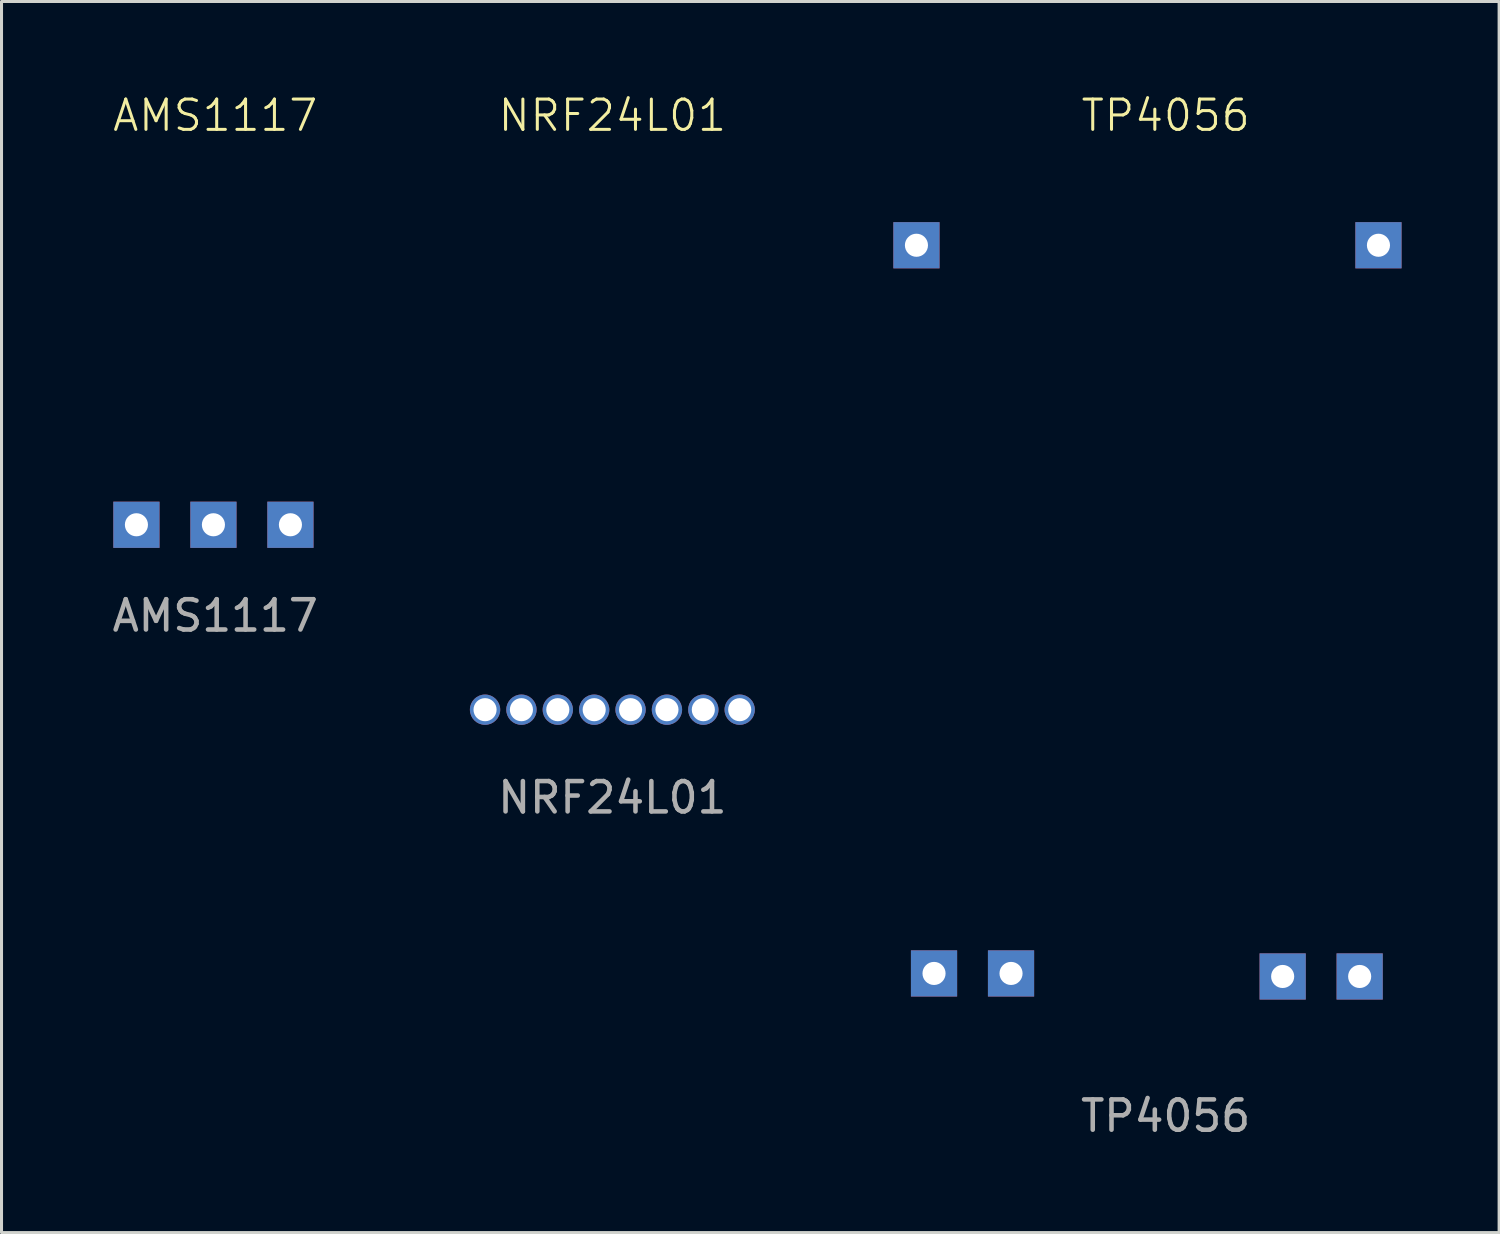
<source format=kicad_pcb>
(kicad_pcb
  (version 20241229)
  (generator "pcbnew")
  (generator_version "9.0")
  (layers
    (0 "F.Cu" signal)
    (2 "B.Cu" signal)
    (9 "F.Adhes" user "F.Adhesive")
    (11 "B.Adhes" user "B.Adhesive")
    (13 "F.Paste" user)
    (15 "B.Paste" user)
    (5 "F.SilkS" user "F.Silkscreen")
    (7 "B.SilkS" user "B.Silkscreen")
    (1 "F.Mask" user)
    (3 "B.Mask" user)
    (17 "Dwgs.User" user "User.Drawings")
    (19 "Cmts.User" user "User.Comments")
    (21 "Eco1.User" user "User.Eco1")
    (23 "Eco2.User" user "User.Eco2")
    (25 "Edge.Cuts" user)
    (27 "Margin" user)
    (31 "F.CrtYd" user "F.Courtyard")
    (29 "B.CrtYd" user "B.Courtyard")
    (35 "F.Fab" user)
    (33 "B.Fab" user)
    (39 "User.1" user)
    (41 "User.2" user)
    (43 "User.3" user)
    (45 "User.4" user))
  (footprint "AMS1117"
    (layer "F.Cu")
    (at 4.05 1.26)
    (property "Reference" "AMS1117" (at 0 -0.5 0) (unlocked yes) (layer "F.SilkS") (effects (font (size 1 1) (thickness 0.1))))
    (attr through_hole)
    (fp_rect (start -4 2) (end 4 14) (stroke (width 0.1) (type default)) (fill no) (layer "Margin"))
    (fp_text user "${REFERENCE}" (at 0 16 0) (unlocked yes) (layer "F.Fab") (effects (font (size 1 1) (thickness 0.15))))
    (pad "1" thru_hole rect (at -2.6 13) (size 1.524 1.524) (drill 0.762) (layers "*.Cu" "*.Mask"))
    (pad "2" thru_hole rect (at -0.06 13) (size 1.524 1.524) (drill 0.762) (layers "*.Cu" "*.Mask"))
    (pad "3" thru_hole rect (at 2.48 13) (size 1.524 1.524) (drill 0.762) (layers "*.Cu" "*.Mask")))
  (footprint "NRF24L01"
    (layer "F.Cu")
    (at 17.15 1.26)
    (property "Reference" "NRF24L01" (at 0 -0.5 0) (unlocked yes) (layer "F.SilkS") (effects (font (size 1 1) (thickness 0.1))))
    (attr through_hole)
    (fp_rect (start -6 2) (end 6 20) (stroke (width 0.1) (type default)) (fill no) (layer "Margin"))
    (fp_text user "${REFERENCE}" (at 0 22 0) (unlocked yes) (layer "F.Fab") (effects (font (size 1 1) (thickness 0.15))))
    (pad "1" thru_hole circle (at -4.2 19.1) (size 1 1) (drill 0.762) (layers "*.Cu" "*.Mask"))
    (pad "2" thru_hole circle (at -3 19.1) (size 1 1) (drill 0.762) (layers "*.Cu" "*.Mask"))
    (pad "3" thru_hole circle (at -1.8 19.1) (size 1 1) (drill 0.762) (layers "*.Cu" "*.Mask"))
    (pad "4" thru_hole circle (at -0.6 19.1) (size 1 1) (drill 0.762) (layers "*.Cu" "*.Mask"))
    (pad "5" thru_hole circle (at 0.6 19.1) (size 1 1) (drill 0.762) (layers "*.Cu" "*.Mask"))
    (pad "6" thru_hole circle (at 1.8 19.1) (size 1 1) (drill 0.762) (layers "*.Cu" "*.Mask"))
    (pad "7" thru_hole circle (at 3 19.1) (size 1 1) (drill 0.762) (layers "*.Cu" "*.Mask"))
    (pad "8" thru_hole circle (at 4.2 19.1) (size 1 1) (drill 0.762) (layers "*.Cu" "*.Mask")))
  (footprint "TP4056"
    (layer "F.Cu")
    (at 35.4 1.26)
    (property "Reference" "TP4056" (at 0 -0.5 0) (unlocked yes) (layer "F.SilkS") (effects (font (size 1 1) (thickness 0.1))))
    (attr through_hole)
    (fp_rect (start -9.1 2.9) (end 7.9 30.6) (stroke (width 0.2) (type default)) (fill no) (layer "Margin"))
    (fp_text user "${REFERENCE}" (at 0 32.5 0) (unlocked yes) (layer "F.Fab") (effects (font (size 1 1) (thickness 0.15))))
    (pad "1" thru_hole rect (at -8.22 3.78) (size 1.524 1.524) (drill 0.762) (layers "*.Cu" "*.Mask"))
    (pad "1" thru_hole rect (at -7.64 27.8) (size 1.524 1.524) (drill 0.762) (layers "*.Cu" "*.Mask"))
    (pad "1" thru_hole rect (at 3.86 27.9) (size 1.524 1.524) (drill 0.762) (layers "*.Cu" "*.Mask"))
    (pad "1" thru_hole rect (at 7.02 3.78) (size 1.524 1.524) (drill 0.762) (layers "*.Cu" "*.Mask"))
    (pad "2" thru_hole rect (at -5.1 27.8) (size 1.524 1.524) (drill 0.762) (layers "*.Cu" "*.Mask"))
    (pad "2" thru_hole rect (at 6.4 27.9) (size 1.524 1.524) (drill 0.762) (layers "*.Cu" "*.Mask")))
  (gr_rect
    (start -3 -3)
    (end 46.4 37.609)
    (stroke (width 0.1) (type default))
    (fill no)
    (layer "Edge.Cuts")))
</source>
